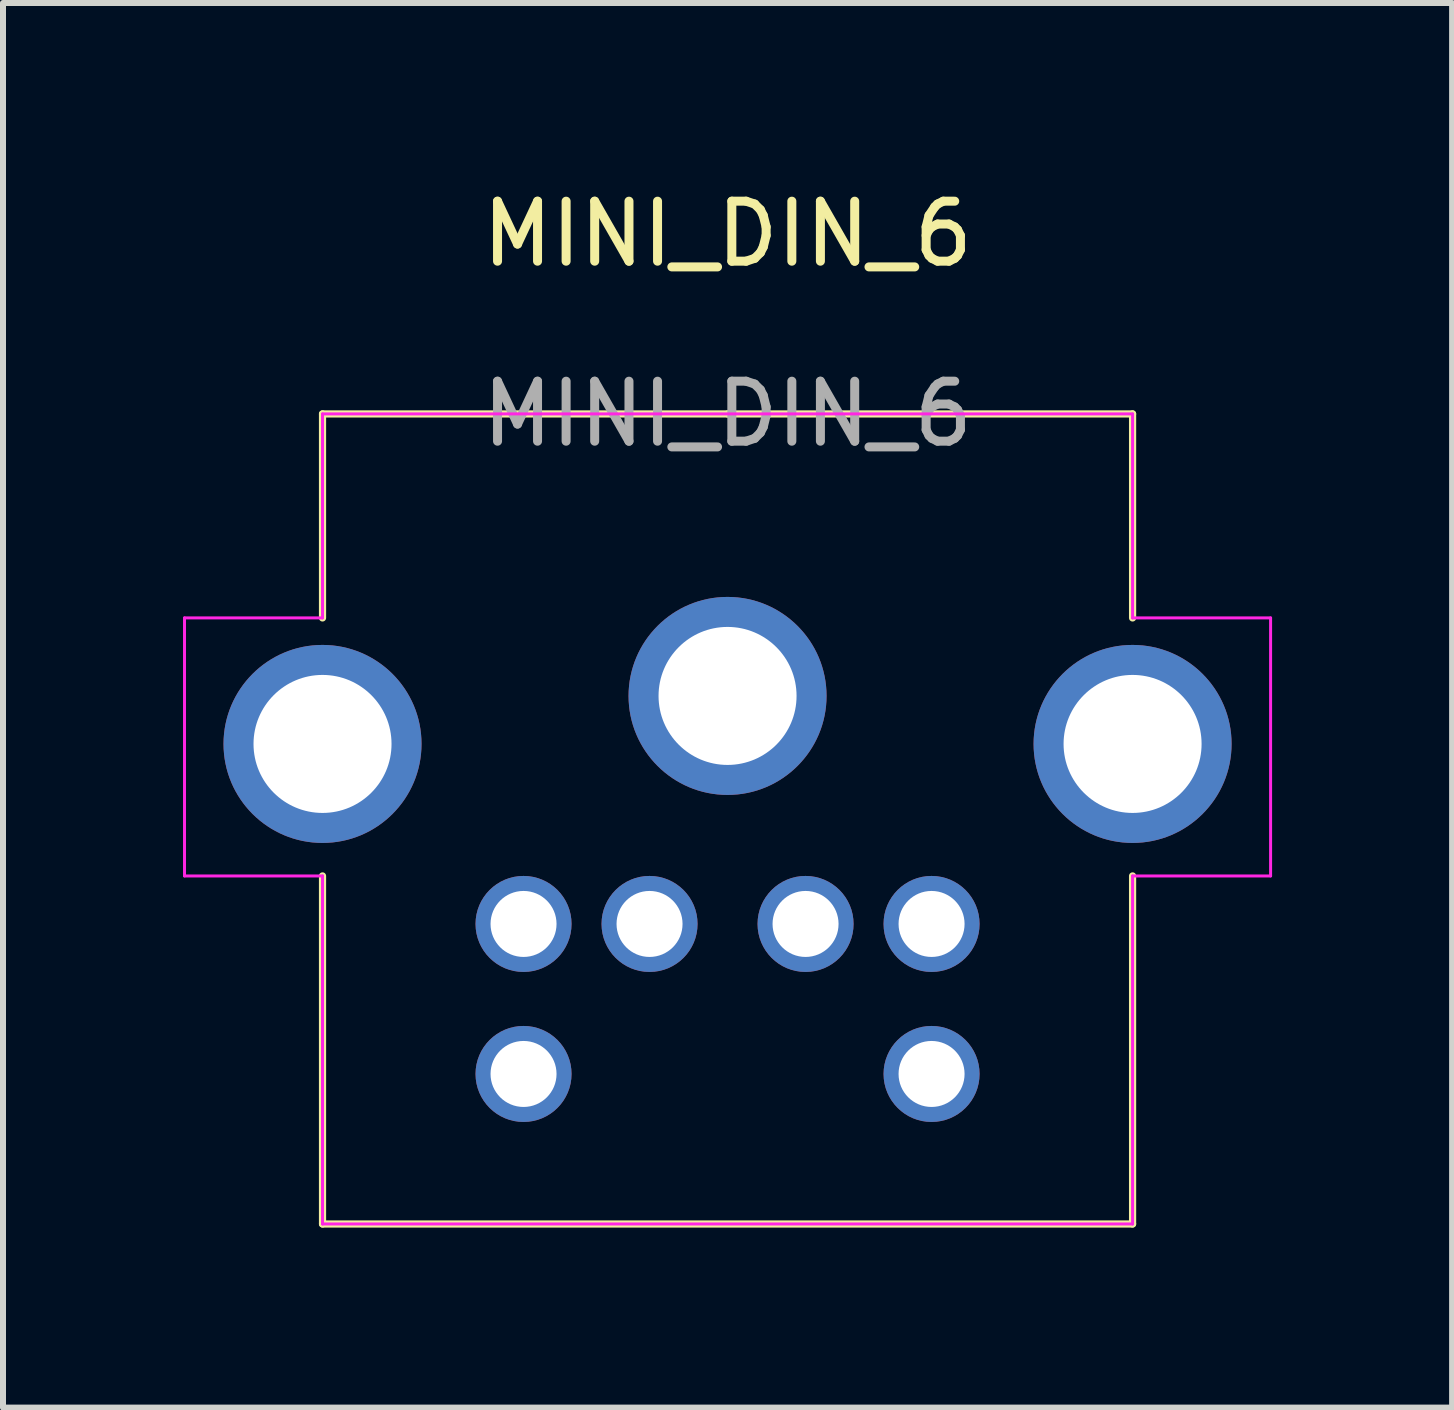
<source format=kicad_pcb>
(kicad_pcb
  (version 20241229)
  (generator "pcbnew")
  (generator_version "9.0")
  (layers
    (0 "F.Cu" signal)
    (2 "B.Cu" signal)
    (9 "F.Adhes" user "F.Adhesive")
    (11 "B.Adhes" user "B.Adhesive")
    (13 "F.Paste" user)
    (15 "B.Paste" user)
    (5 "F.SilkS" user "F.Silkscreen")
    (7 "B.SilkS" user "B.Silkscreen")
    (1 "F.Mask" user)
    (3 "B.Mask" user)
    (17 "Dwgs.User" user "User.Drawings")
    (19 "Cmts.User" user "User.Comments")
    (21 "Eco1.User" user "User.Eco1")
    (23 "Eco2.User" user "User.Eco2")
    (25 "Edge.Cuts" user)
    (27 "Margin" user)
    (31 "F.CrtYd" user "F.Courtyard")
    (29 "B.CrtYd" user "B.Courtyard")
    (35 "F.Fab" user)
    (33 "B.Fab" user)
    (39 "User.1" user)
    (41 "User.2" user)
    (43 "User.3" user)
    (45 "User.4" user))
  (footprint "MINI_DIN_6"
    (layer "F.Cu")
    (at 9.075 8.548)
    (property "Reference" "MINI_DIN_6" (at 0 -7.7 0) (unlocked yes) (layer "F.SilkS") (effects (font (size 1 1) (thickness 0.15))))
    (attr smd)
    (fp_line (start -6.75 -4.7) (end -6.75 -1.3) (stroke (width 0.12) (type default)) (layer "F.SilkS"))
    (fp_line (start -6.75 8.8) (end -6.75 3) (stroke (width 0.12) (type default)) (layer "F.SilkS"))
    (fp_line (start -6.75 8.8) (end 6.75 8.8) (stroke (width 0.12) (type default)) (layer "F.SilkS"))
    (fp_line (start 0 -4.7) (end -6.75 -4.7) (stroke (width 0.12) (type default)) (layer "F.SilkS"))
    (fp_line (start 0 -4.7) (end 6.75 -4.7) (stroke (width 0.12) (type default)) (layer "F.SilkS"))
    (fp_line (start 6.75 -4.7) (end 6.75 -1.3) (stroke (width 0.12) (type default)) (layer "F.SilkS"))
    (fp_line (start 6.75 8.8) (end 6.75 3) (stroke (width 0.12) (type default)) (layer "F.SilkS"))
    (fp_line (start -9.05 3) (end -9.05 -1.3) (stroke (width 0.05) (type default)) (layer "F.CrtYd"))
    (fp_line (start -6.75 -4.7) (end -6.75 -1.3) (stroke (width 0.05) (type default)) (layer "F.CrtYd"))
    (fp_line (start -6.75 -4.7) (end 6.75 -4.7) (stroke (width 0.05) (type default)) (layer "F.CrtYd"))
    (fp_line (start -6.75 -1.3) (end -9.05 -1.3) (stroke (width 0.05) (type default)) (layer "F.CrtYd"))
    (fp_line (start -6.75 3) (end -9.05 3) (stroke (width 0.05) (type default)) (layer "F.CrtYd"))
    (fp_line (start -6.75 3) (end -6.75 8.8) (stroke (width 0.05) (type default)) (layer "F.CrtYd"))
    (fp_line (start -6.75 8.8) (end 6.75 8.8) (stroke (width 0.05) (type default)) (layer "F.CrtYd"))
    (fp_line (start 6.75 -1.3) (end 6.75 -4.7) (stroke (width 0.05) (type default)) (layer "F.CrtYd"))
    (fp_line (start 6.75 -1.3) (end 9.05 -1.3) (stroke (width 0.05) (type default)) (layer "F.CrtYd"))
    (fp_line (start 6.75 3) (end 9.05 3) (stroke (width 0.05) (type default)) (layer "F.CrtYd"))
    (fp_line (start 6.75 8.8) (end 6.75 3) (stroke (width 0.05) (type default)) (layer "F.CrtYd"))
    (fp_line (start 9.05 -1.3) (end 9.05 3) (stroke (width 0.05) (type default)) (layer "F.CrtYd"))
    (fp_text user "${REFERENCE}" (at 0 -4.7 0) (unlocked yes) (layer "F.Fab") (effects (font (size 1 1) (thickness 0.15))))
    (pad "1" thru_hole circle (at -1.3 3.8) (size 1.6 1.6) (drill 1.1) (layers "*.Cu" "*.Mask"))
    (pad "2" thru_hole circle (at -6.75 0.8) (size 3.3 3.3) (drill 2.3) (layers "*.Cu" "*.Mask"))
    (pad "2" thru_hole circle (at 0 0) (size 3.3 3.3) (drill 2.3) (layers "*.Cu" "*.Mask"))
    (pad "2" thru_hole circle (at 1.3 3.8) (size 1.6 1.6) (drill 1.1) (layers "*.Cu" "*.Mask"))
    (pad "2" thru_hole circle (at 6.75 0.8) (size 3.3 3.3) (drill 2.3) (layers "*.Cu" "*.Mask"))
    (pad "3" thru_hole circle (at -3.4 3.8) (size 1.6 1.6) (drill 1.1) (layers "*.Cu" "*.Mask"))
    (pad "5" thru_hole circle (at 3.4 3.8) (size 1.6 1.6) (drill 1.1) (layers "*.Cu" "*.Mask"))
    (pad "6" thru_hole circle (at -3.4 6.3) (size 1.6 1.6) (drill 1.1) (layers "*.Cu" "*.Mask"))
    (pad "8" thru_hole circle (at 3.4 6.3) (size 1.6 1.6) (drill 1.1) (layers "*.Cu" "*.Mask")))
  (gr_rect
    (start -3 -3)
    (end 21.15 20.408)
    (stroke (width 0.1) (type default))
    (fill no)
    (layer "Edge.Cuts")))
</source>
